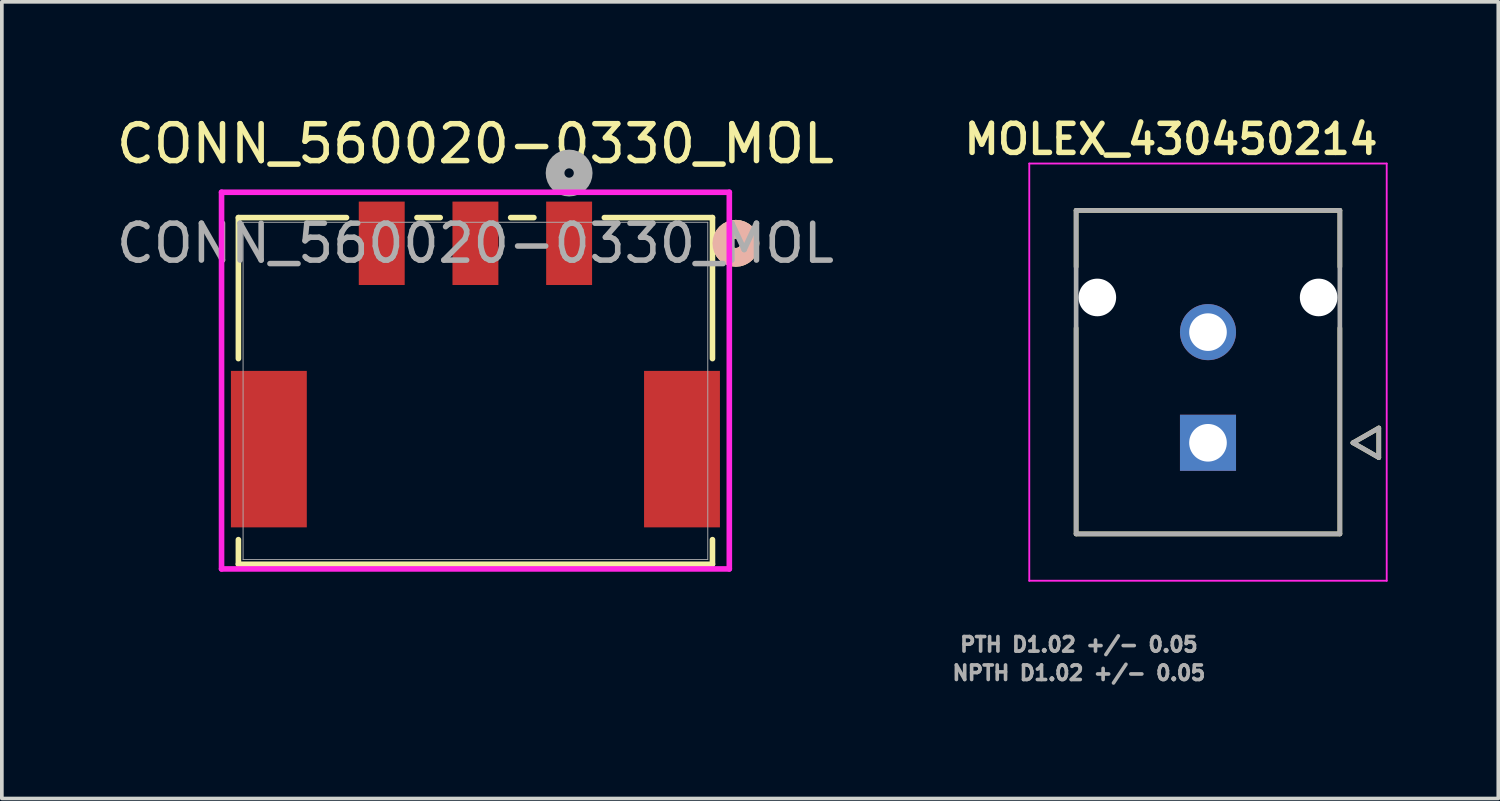
<source format=kicad_pcb>
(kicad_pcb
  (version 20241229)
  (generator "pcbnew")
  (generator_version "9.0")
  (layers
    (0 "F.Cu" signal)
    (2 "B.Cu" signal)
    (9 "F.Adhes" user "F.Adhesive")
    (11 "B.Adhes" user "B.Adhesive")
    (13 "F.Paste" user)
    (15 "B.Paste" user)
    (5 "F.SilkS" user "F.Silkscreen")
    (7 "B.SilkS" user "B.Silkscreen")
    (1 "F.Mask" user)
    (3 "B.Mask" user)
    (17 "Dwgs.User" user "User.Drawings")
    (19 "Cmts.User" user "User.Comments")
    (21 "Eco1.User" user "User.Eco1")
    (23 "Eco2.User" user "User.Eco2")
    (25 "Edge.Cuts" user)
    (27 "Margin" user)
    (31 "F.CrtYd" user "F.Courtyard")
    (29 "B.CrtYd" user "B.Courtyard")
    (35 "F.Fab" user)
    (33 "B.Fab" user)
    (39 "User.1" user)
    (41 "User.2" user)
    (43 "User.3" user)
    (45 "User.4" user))
  (footprint "MOLEX_430450214"
    (layer "F.Cu")
    (at 29.699 8.954)
    (property "Reference" "MOLEX_430450214" (at -1 -8.23 0) (layer "F.SilkS") (effects (font (size 0.787 0.787) (thickness 0.15))))
    (attr through_hole)
    (fp_circle (center -3 -3.94) (end -2.707 -3.94) (stroke (width 0.586) (type solid)) (fill no) (layer "F.Mask"))
    (fp_circle (center 0 -3) (end 0.418 -3) (stroke (width 0.836) (type solid)) (fill no) (layer "F.Mask"))
    (fp_circle (center 3 -3.94) (end 3.293 -3.94) (stroke (width 0.586) (type solid)) (fill no) (layer "F.Mask"))
    (fp_poly (pts (xy -0.836 -0.836) (xy 0.836 -0.836) (xy 0.836 0.836) (xy -0.836 0.836)) (stroke (width 0.01) (type solid)) (fill yes) (layer "F.Mask"))
    (fp_circle (center -3 -3.94) (end -2.707 -3.94) (stroke (width 0.586) (type solid)) (fill no) (layer "B.Mask"))
    (fp_circle (center 0 -3) (end 0.418 -3) (stroke (width 0.836) (type solid)) (fill no) (layer "B.Mask"))
    (fp_circle (center 3 -3.94) (end 3.293 -3.94) (stroke (width 0.586) (type solid)) (fill no) (layer "B.Mask"))
    (fp_poly (pts (xy -0.836 -0.836) (xy 0.836 -0.836) (xy 0.836 0.836) (xy -0.836 0.836)) (stroke (width 0.01) (type solid)) (fill yes) (layer "B.Mask"))
    (fp_line (start -3.575 -6.3) (end 3.575 -6.3) (stroke (width 0.127) (type solid)) (layer "F.SilkS"))
    (fp_line (start -3.575 -4.77) (end -3.575 -6.3) (stroke (width 0.127) (type solid)) (layer "F.SilkS"))
    (fp_line (start -3.575 2.47) (end -3.575 -3.11) (stroke (width 0.127) (type solid)) (layer "F.SilkS"))
    (fp_line (start 3.575 -6.3) (end 3.575 -4.77) (stroke (width 0.127) (type solid)) (layer "F.SilkS"))
    (fp_line (start 3.575 -3.11) (end 3.575 2.47) (stroke (width 0.127) (type solid)) (layer "F.SilkS"))
    (fp_line (start 3.575 2.47) (end -3.575 2.47) (stroke (width 0.127) (type solid)) (layer "F.SilkS"))
    (fp_line (start 3.93 0) (end 4.63 0.4) (stroke (width 0.127) (type solid)) (layer "F.SilkS"))
    (fp_line (start 4.63 -0.4) (end 3.93 0) (stroke (width 0.127) (type solid)) (layer "F.SilkS"))
    (fp_line (start 4.63 0.4) (end 4.63 -0.4) (stroke (width 0.127) (type solid)) (layer "F.SilkS"))
    (fp_line (start -4.845 -7.57) (end 4.845 -7.57) (stroke (width 0.05) (type solid)) (layer "F.CrtYd"))
    (fp_line (start -4.845 3.74) (end -4.845 -7.57) (stroke (width 0.05) (type solid)) (layer "F.CrtYd"))
    (fp_line (start 4.845 -7.57) (end 4.845 3.74) (stroke (width 0.05) (type solid)) (layer "F.CrtYd"))
    (fp_line (start 4.845 3.74) (end -4.845 3.74) (stroke (width 0.05) (type solid)) (layer "F.CrtYd"))
    (fp_line (start -3.575 -6.3) (end -3.575 2.47) (stroke (width 0.127) (type solid)) (layer "F.Fab"))
    (fp_line (start -3.575 2.47) (end 3.575 2.47) (stroke (width 0.127) (type solid)) (layer "F.Fab"))
    (fp_line (start 3.575 -6.3) (end -3.575 -6.3) (stroke (width 0.127) (type solid)) (layer "F.Fab"))
    (fp_line (start 3.575 2.47) (end 3.575 -6.3) (stroke (width 0.127) (type solid)) (layer "F.Fab"))
    (fp_line (start 3.93 0) (end 4.63 0.4) (stroke (width 0.127) (type solid)) (layer "F.Fab"))
    (fp_line (start 4.63 -0.4) (end 3.93 0) (stroke (width 0.127) (type solid)) (layer "F.Fab"))
    (fp_line (start 4.63 0.4) (end 4.63 -0.4) (stroke (width 0.127) (type solid)) (layer "F.Fab"))
    (fp_text user "PTH D1.02 +/- 0.05" (at -3.5 5.47 0) (layer "F.Fab") (effects (font (size 0.394 0.394) (thickness 0.15))))
    (fp_text user "NPTH D1.02 +/- 0.05" (at -3.5 6.24 0) (layer "F.Fab") (effects (font (size 0.394 0.394) (thickness 0.15))))
    (pad "" np_thru_hole circle (at -3 -3.94) (size 1.02 1.02) (drill 1.02) (layers "*.Cu" "*.Mask"))
    (pad "" np_thru_hole circle (at 3 -3.94) (size 1.02 1.02) (drill 1.02) (layers "*.Cu" "*.Mask"))
    (pad "1" thru_hole rect (at 0 0) (size 1.52 1.52) (drill 1.02) (layers "*.Cu"))
    (pad "2" thru_hole circle (at 0 -3) (size 1.52 1.52) (drill 1.02) (layers "*.Cu")))
  (footprint "CONN_560020-0330_MOL"
    (layer "F.Cu")
    (at 9.839 7.548)
    (property "Reference" "CONN_560020-0330_MOL" (at 0 -6.7 0) (unlocked yes) (layer "F.SilkS") (effects (font (size 1 1) (thickness 0.15))))
    (attr smd)
    (fp_line (start -6.426 -4.699) (end -6.426 -0.876) (stroke (width 0.152) (type solid)) (layer "F.SilkS"))
    (fp_line (start -6.426 4.032) (end -6.426 4.699) (stroke (width 0.152) (type solid)) (layer "F.SilkS"))
    (fp_line (start -6.426 4.699) (end 6.426 4.699) (stroke (width 0.152) (type solid)) (layer "F.SilkS"))
    (fp_line (start -3.495 -4.699) (end -6.426 -4.699) (stroke (width 0.152) (type solid)) (layer "F.SilkS"))
    (fp_line (start -0.955 -4.699) (end -1.585 -4.699) (stroke (width 0.152) (type solid)) (layer "F.SilkS"))
    (fp_line (start 1.585 -4.699) (end 0.955 -4.699) (stroke (width 0.152) (type solid)) (layer "F.SilkS"))
    (fp_line (start 6.426 -4.699) (end 3.495 -4.699) (stroke (width 0.152) (type solid)) (layer "F.SilkS"))
    (fp_line (start 6.426 -0.876) (end 6.426 -4.699) (stroke (width 0.152) (type solid)) (layer "F.SilkS"))
    (fp_line (start 6.426 4.699) (end 6.426 4.032) (stroke (width 0.152) (type solid)) (layer "F.SilkS"))
    (fp_circle (center 7.061 -4.002) (end 7.442 -4.002) (stroke (width 0.508) (type solid)) (fill no) (layer "F.SilkS"))
    (fp_circle (center 7.061 -4.002) (end 7.442 -4.002) (stroke (width 0.508) (type solid)) (fill no) (layer "B.SilkS"))
    (fp_line (start -6.883 -5.386) (end -6.883 4.826) (stroke (width 0.152) (type solid)) (layer "F.CrtYd"))
    (fp_line (start -6.883 4.826) (end 6.883 4.826) (stroke (width 0.152) (type solid)) (layer "F.CrtYd"))
    (fp_line (start 6.883 -5.386) (end -6.883 -5.386) (stroke (width 0.152) (type solid)) (layer "F.CrtYd"))
    (fp_line (start 6.883 4.826) (end 6.883 -5.386) (stroke (width 0.152) (type solid)) (layer "F.CrtYd"))
    (fp_line (start -6.299 -4.572) (end -6.299 4.572) (stroke (width 0.025) (type solid)) (layer "F.Fab"))
    (fp_line (start -6.299 4.572) (end 6.299 4.572) (stroke (width 0.025) (type solid)) (layer "F.Fab"))
    (fp_line (start 6.299 -4.572) (end -6.299 -4.572) (stroke (width 0.025) (type solid)) (layer "F.Fab"))
    (fp_line (start 6.299 4.572) (end 6.299 -4.572) (stroke (width 0.025) (type solid)) (layer "F.Fab"))
    (fp_circle (center 2.54 -5.907) (end 2.921 -5.907) (stroke (width 0.508) (type solid)) (fill no) (layer "F.Fab"))
    (fp_text user "${REFERENCE}" (at 0 -4.002 0) (unlocked yes) (layer "F.Fab") (effects (font (size 1 1) (thickness 0.15))))
    (pad "1" smd rect (at 2.54 -4.002) (size 1.245 2.261) (layers "F.Cu" "F.Mask" "F.Paste"))
    (pad "2" smd rect (at 0 -4.002) (size 1.245 2.261) (layers "F.Cu" "F.Mask" "F.Paste"))
    (pad "3" smd rect (at -2.54 -4.002) (size 1.245 2.261) (layers "F.Cu" "F.Mask" "F.Paste"))
    (pad "MP" smd rect (at -5.6 1.578) (size 2.057 4.242) (layers "F.Cu" "F.Mask" "F.Paste"))
    (pad "MP" smd rect (at 5.6 1.578) (size 2.057 4.242) (layers "F.Cu" "F.Mask" "F.Paste")))
  (gr_rect
    (start -3 -3)
    (end 37.569 18.597)
    (stroke (width 0.1) (type default))
    (fill no)
    (layer "Edge.Cuts")))
</source>
